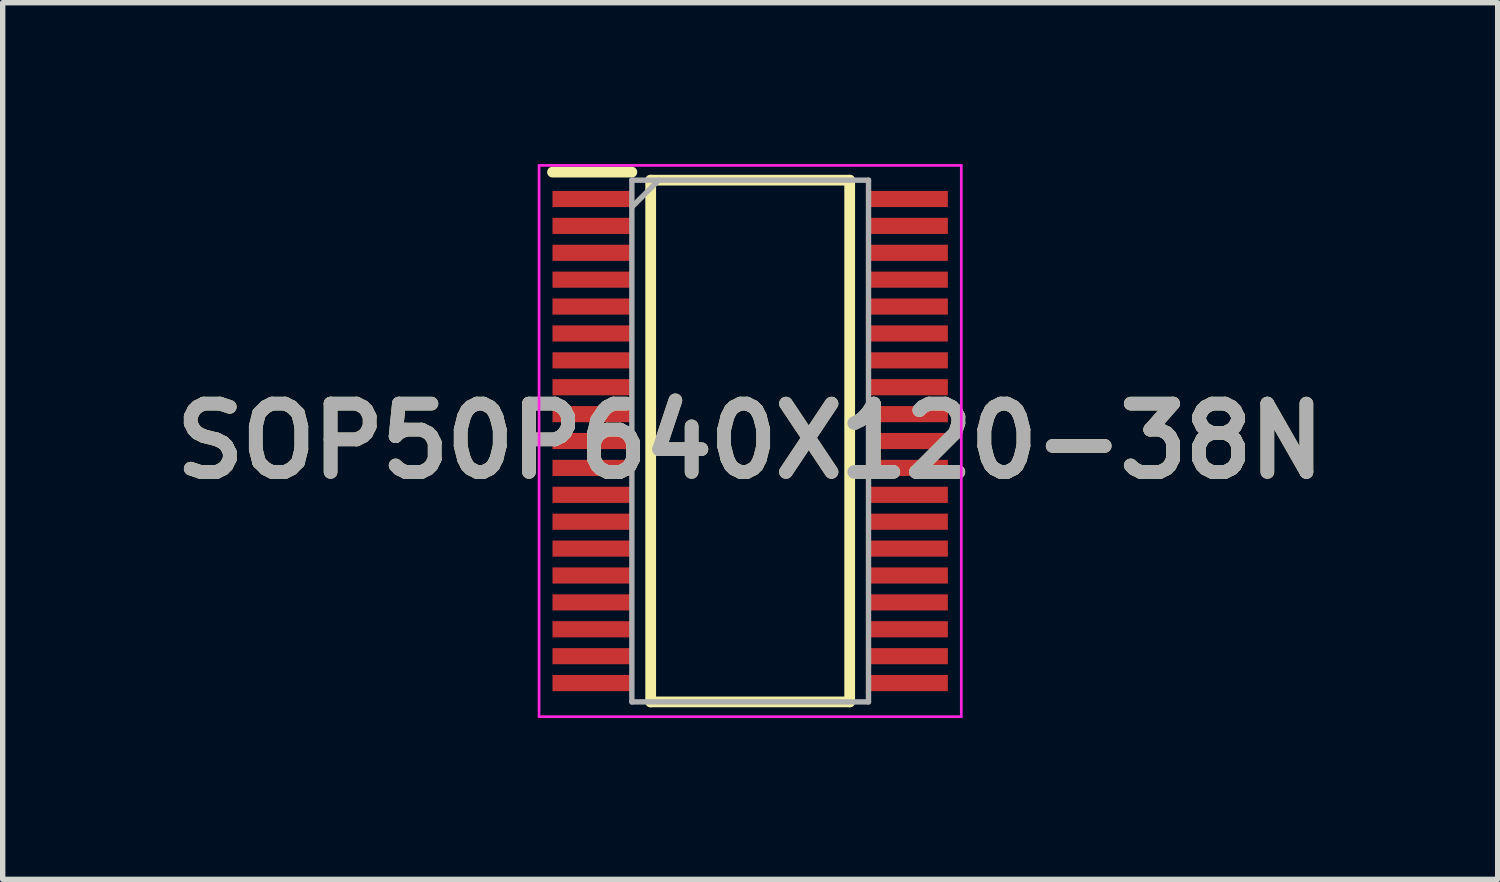
<source format=kicad_pcb>
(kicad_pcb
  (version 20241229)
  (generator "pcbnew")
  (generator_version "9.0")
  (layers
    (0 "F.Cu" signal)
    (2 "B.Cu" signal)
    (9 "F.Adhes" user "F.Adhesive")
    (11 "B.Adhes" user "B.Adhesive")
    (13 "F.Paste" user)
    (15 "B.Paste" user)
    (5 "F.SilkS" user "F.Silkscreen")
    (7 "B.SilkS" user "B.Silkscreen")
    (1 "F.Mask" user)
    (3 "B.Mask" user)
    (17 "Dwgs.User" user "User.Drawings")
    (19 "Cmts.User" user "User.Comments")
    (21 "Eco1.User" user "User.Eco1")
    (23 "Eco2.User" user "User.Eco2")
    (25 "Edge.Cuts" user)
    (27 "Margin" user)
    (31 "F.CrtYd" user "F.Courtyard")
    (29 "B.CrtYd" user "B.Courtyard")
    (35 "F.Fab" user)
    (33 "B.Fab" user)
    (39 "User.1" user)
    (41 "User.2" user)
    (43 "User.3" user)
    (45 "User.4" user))
  (footprint "SOP50P640X120-38N"
    (layer "F.Cu")
    (at 10.898 5.15)
    (property "Reference" "SOP50P640X120-38N" (at 0 0 0) (layer "F.SilkS") (effects (font (size 1.27 1.27) (thickness 0.254))))
    (attr smd)
    (fp_line (start -3.675 -5) (end -2.2 -5) (stroke (width 0.2) (type solid)) (layer "F.SilkS"))
    (fp_line (start -1.85 -4.85) (end 1.85 -4.85) (stroke (width 0.2) (type solid)) (layer "F.SilkS"))
    (fp_line (start -1.85 4.85) (end -1.85 -4.85) (stroke (width 0.2) (type solid)) (layer "F.SilkS"))
    (fp_line (start 1.85 -4.85) (end 1.85 4.85) (stroke (width 0.2) (type solid)) (layer "F.SilkS"))
    (fp_line (start 1.85 4.85) (end -1.85 4.85) (stroke (width 0.2) (type solid)) (layer "F.SilkS"))
    (fp_line (start -3.925 -5.125) (end 3.925 -5.125) (stroke (width 0.05) (type solid)) (layer "F.CrtYd"))
    (fp_line (start -3.925 5.125) (end -3.925 -5.125) (stroke (width 0.05) (type solid)) (layer "F.CrtYd"))
    (fp_line (start 3.925 -5.125) (end 3.925 5.125) (stroke (width 0.05) (type solid)) (layer "F.CrtYd"))
    (fp_line (start 3.925 5.125) (end -3.925 5.125) (stroke (width 0.05) (type solid)) (layer "F.CrtYd"))
    (fp_line (start -2.2 -4.85) (end 2.2 -4.85) (stroke (width 0.1) (type solid)) (layer "F.Fab"))
    (fp_line (start -2.2 -4.35) (end -1.7 -4.85) (stroke (width 0.1) (type solid)) (layer "F.Fab"))
    (fp_line (start -2.2 4.85) (end -2.2 -4.85) (stroke (width 0.1) (type solid)) (layer "F.Fab"))
    (fp_line (start 2.2 -4.85) (end 2.2 4.85) (stroke (width 0.1) (type solid)) (layer "F.Fab"))
    (fp_line (start 2.2 4.85) (end -2.2 4.85) (stroke (width 0.1) (type solid)) (layer "F.Fab"))
    (fp_text user "${REFERENCE}" (at 0 0 0) (layer "F.Fab") (effects (font (size 1.27 1.27) (thickness 0.254))))
    (pad "1" smd rect (at -2.938 -4.5 90) (size 0.3 1.475) (layers "F.Cu" "F.Mask" "F.Paste"))
    (pad "2" smd rect (at -2.938 -4 90) (size 0.3 1.475) (layers "F.Cu" "F.Mask" "F.Paste"))
    (pad "3" smd rect (at -2.938 -3.5 90) (size 0.3 1.475) (layers "F.Cu" "F.Mask" "F.Paste"))
    (pad "4" smd rect (at -2.938 -3 90) (size 0.3 1.475) (layers "F.Cu" "F.Mask" "F.Paste"))
    (pad "5" smd rect (at -2.938 -2.5 90) (size 0.3 1.475) (layers "F.Cu" "F.Mask" "F.Paste"))
    (pad "6" smd rect (at -2.938 -2 90) (size 0.3 1.475) (layers "F.Cu" "F.Mask" "F.Paste"))
    (pad "7" smd rect (at -2.938 -1.5 90) (size 0.3 1.475) (layers "F.Cu" "F.Mask" "F.Paste"))
    (pad "8" smd rect (at -2.938 -1 90) (size 0.3 1.475) (layers "F.Cu" "F.Mask" "F.Paste"))
    (pad "9" smd rect (at -2.938 -0.5 90) (size 0.3 1.475) (layers "F.Cu" "F.Mask" "F.Paste"))
    (pad "10" smd rect (at -2.938 0 90) (size 0.3 1.475) (layers "F.Cu" "F.Mask" "F.Paste"))
    (pad "11" smd rect (at -2.938 0.5 90) (size 0.3 1.475) (layers "F.Cu" "F.Mask" "F.Paste"))
    (pad "12" smd rect (at -2.938 1 90) (size 0.3 1.475) (layers "F.Cu" "F.Mask" "F.Paste"))
    (pad "13" smd rect (at -2.938 1.5 90) (size 0.3 1.475) (layers "F.Cu" "F.Mask" "F.Paste"))
    (pad "14" smd rect (at -2.938 2 90) (size 0.3 1.475) (layers "F.Cu" "F.Mask" "F.Paste"))
    (pad "15" smd rect (at -2.938 2.5 90) (size 0.3 1.475) (layers "F.Cu" "F.Mask" "F.Paste"))
    (pad "16" smd rect (at -2.938 3 90) (size 0.3 1.475) (layers "F.Cu" "F.Mask" "F.Paste"))
    (pad "17" smd rect (at -2.938 3.5 90) (size 0.3 1.475) (layers "F.Cu" "F.Mask" "F.Paste"))
    (pad "18" smd rect (at -2.938 4 90) (size 0.3 1.475) (layers "F.Cu" "F.Mask" "F.Paste"))
    (pad "19" smd rect (at -2.938 4.5 90) (size 0.3 1.475) (layers "F.Cu" "F.Mask" "F.Paste"))
    (pad "20" smd rect (at 2.938 4.5 90) (size 0.3 1.475) (layers "F.Cu" "F.Mask" "F.Paste"))
    (pad "21" smd rect (at 2.938 4 90) (size 0.3 1.475) (layers "F.Cu" "F.Mask" "F.Paste"))
    (pad "22" smd rect (at 2.938 3.5 90) (size 0.3 1.475) (layers "F.Cu" "F.Mask" "F.Paste"))
    (pad "23" smd rect (at 2.938 3 90) (size 0.3 1.475) (layers "F.Cu" "F.Mask" "F.Paste"))
    (pad "24" smd rect (at 2.938 2.5 90) (size 0.3 1.475) (layers "F.Cu" "F.Mask" "F.Paste"))
    (pad "25" smd rect (at 2.938 2 90) (size 0.3 1.475) (layers "F.Cu" "F.Mask" "F.Paste"))
    (pad "26" smd rect (at 2.938 1.5 90) (size 0.3 1.475) (layers "F.Cu" "F.Mask" "F.Paste"))
    (pad "27" smd rect (at 2.938 1 90) (size 0.3 1.475) (layers "F.Cu" "F.Mask" "F.Paste"))
    (pad "28" smd rect (at 2.938 0.5 90) (size 0.3 1.475) (layers "F.Cu" "F.Mask" "F.Paste"))
    (pad "29" smd rect (at 2.938 0 90) (size 0.3 1.475) (layers "F.Cu" "F.Mask" "F.Paste"))
    (pad "30" smd rect (at 2.938 -0.5 90) (size 0.3 1.475) (layers "F.Cu" "F.Mask" "F.Paste"))
    (pad "31" smd rect (at 2.938 -1 90) (size 0.3 1.475) (layers "F.Cu" "F.Mask" "F.Paste"))
    (pad "32" smd rect (at 2.938 -1.5 90) (size 0.3 1.475) (layers "F.Cu" "F.Mask" "F.Paste"))
    (pad "33" smd rect (at 2.938 -2 90) (size 0.3 1.475) (layers "F.Cu" "F.Mask" "F.Paste"))
    (pad "34" smd rect (at 2.938 -2.5 90) (size 0.3 1.475) (layers "F.Cu" "F.Mask" "F.Paste"))
    (pad "35" smd rect (at 2.938 -3 90) (size 0.3 1.475) (layers "F.Cu" "F.Mask" "F.Paste"))
    (pad "36" smd rect (at 2.938 -3.5 90) (size 0.3 1.475) (layers "F.Cu" "F.Mask" "F.Paste"))
    (pad "37" smd rect (at 2.938 -4 90) (size 0.3 1.475) (layers "F.Cu" "F.Mask" "F.Paste"))
    (pad "38" smd rect (at 2.938 -4.5 90) (size 0.3 1.475) (layers "F.Cu" "F.Mask" "F.Paste")))
  (gr_rect
    (start -3 -3)
    (end 24.796 13.3)
    (stroke (width 0.1) (type default))
    (fill no)
    (layer "Edge.Cuts")))
</source>
